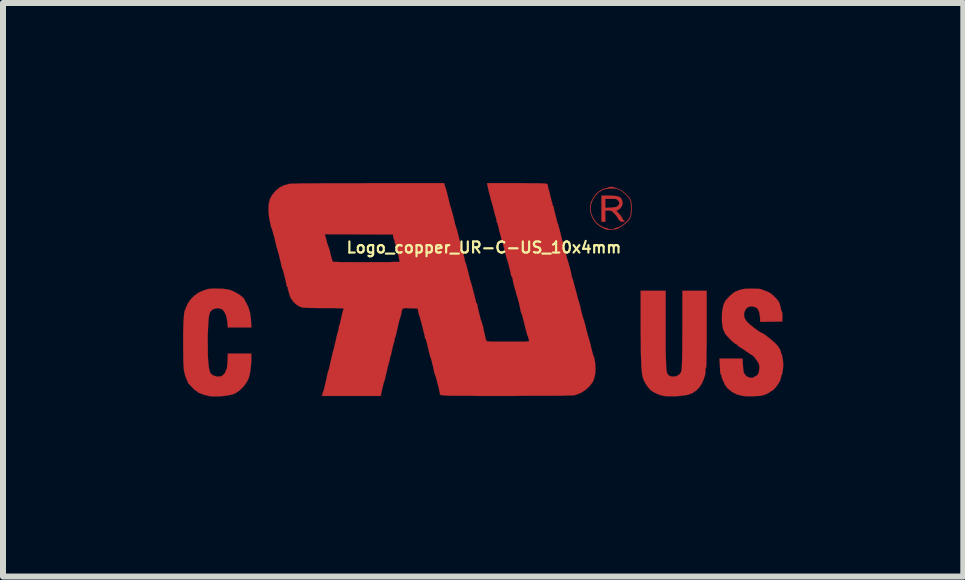
<source format=kicad_pcb>
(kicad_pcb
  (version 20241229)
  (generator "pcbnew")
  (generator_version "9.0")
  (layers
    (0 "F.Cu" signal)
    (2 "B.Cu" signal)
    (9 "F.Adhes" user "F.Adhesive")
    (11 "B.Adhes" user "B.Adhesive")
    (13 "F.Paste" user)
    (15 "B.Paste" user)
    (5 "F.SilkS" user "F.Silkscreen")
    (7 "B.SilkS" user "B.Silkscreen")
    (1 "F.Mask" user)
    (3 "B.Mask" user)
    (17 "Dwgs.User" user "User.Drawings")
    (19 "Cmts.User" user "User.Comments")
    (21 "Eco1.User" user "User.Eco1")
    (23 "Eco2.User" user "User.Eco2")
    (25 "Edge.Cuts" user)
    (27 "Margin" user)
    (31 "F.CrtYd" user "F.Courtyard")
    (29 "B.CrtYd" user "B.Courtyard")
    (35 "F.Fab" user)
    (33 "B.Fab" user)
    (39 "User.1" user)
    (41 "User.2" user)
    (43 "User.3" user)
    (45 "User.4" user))
  (footprint "Logo_copper_UR-C-US_10x4mm"
    (layer "F.Cu")
    (at 5.013 1.774)
    (property "Reference" "Logo_copper_UR-C-US_10x4mm" (at 0 -0.7 0) (layer "F.SilkS") (effects (font (size 0.185 0.185) (thickness 0.036))))
    (attr through_hole)
    (fp_poly (pts (xy 2.342 -1.138) (xy 2.334 -1.13) (xy 2.314 -1.13) (xy 2.289 -1.133) (xy 2.268 -1.143) (xy 2.261 -1.148) (xy 2.243 -1.171) (xy 2.228 -1.196) (xy 2.212 -1.222) (xy 2.187 -1.252) (xy 2.169 -1.27) (xy 2.144 -1.295) (xy 2.123 -1.311) (xy 2.101 -1.316) (xy 2.075 -1.316) (xy 2.022 -1.316) (xy 2.022 -1.222) (xy 2.022 -1.128) (xy 1.989 -1.128) (xy 1.958 -1.128) (xy 1.958 -1.346) (xy 1.958 -1.565) (xy 2.083 -1.565) (xy 2.154 -1.562) (xy 2.205 -1.557) (xy 2.243 -1.549) (xy 2.271 -1.534) (xy 2.289 -1.514) (xy 2.294 -1.504) (xy 2.311 -1.455) (xy 2.306 -1.407) (xy 2.281 -1.364) (xy 2.258 -1.341) (xy 2.258 -1.433) (xy 2.25 -1.463) (xy 2.233 -1.486) (xy 2.22 -1.499) (xy 2.205 -1.506) (xy 2.184 -1.511) (xy 2.154 -1.511) (xy 2.116 -1.511) (xy 2.022 -1.511) (xy 2.022 -1.438) (xy 2.022 -1.361) (xy 2.103 -1.364) (xy 2.146 -1.367) (xy 2.182 -1.372) (xy 2.207 -1.377) (xy 2.21 -1.379) (xy 2.243 -1.405) (xy 2.258 -1.433) (xy 2.258 -1.341) (xy 2.256 -1.341) (xy 2.23 -1.323) (xy 2.225 -1.321) (xy 2.212 -1.318) (xy 2.21 -1.311) (xy 2.217 -1.298) (xy 2.238 -1.275) (xy 2.243 -1.273) (xy 2.271 -1.24) (xy 2.294 -1.206) (xy 2.304 -1.189) (xy 2.316 -1.163) (xy 2.329 -1.151) (xy 2.332 -1.151) (xy 2.342 -1.14) (xy 2.342 -1.138)) (stroke (width 0.003) (type solid)) (fill yes) (layer "F.Cu"))
    (fp_poly (pts (xy 3.711 0.658) (xy 3.711 0.805) (xy 3.711 0.932) (xy 3.708 1.039) (xy 3.708 1.128) (xy 3.706 1.196) (xy 3.706 1.247) (xy 3.703 1.283) (xy 3.701 1.298) (xy 3.701 1.3) (xy 3.693 1.313) (xy 3.691 1.341) (xy 3.691 1.351) (xy 3.691 1.382) (xy 3.688 1.405) (xy 3.688 1.41) (xy 3.683 1.427) (xy 3.673 1.458) (xy 3.663 1.491) (xy 3.632 1.565) (xy 3.586 1.633) (xy 3.546 1.674) (xy 3.526 1.692) (xy 3.51 1.699) (xy 3.498 1.707) (xy 3.49 1.714) (xy 3.475 1.725) (xy 3.444 1.737) (xy 3.406 1.75) (xy 3.399 1.753) (xy 3.348 1.763) (xy 3.279 1.77) (xy 3.205 1.778) (xy 3.129 1.778) (xy 3.058 1.778) (xy 2.997 1.773) (xy 2.99 1.77) (xy 2.934 1.758) (xy 2.873 1.732) (xy 2.814 1.702) (xy 2.774 1.671) (xy 2.733 1.626) (xy 2.695 1.57) (xy 2.664 1.511) (xy 2.647 1.463) (xy 2.639 1.43) (xy 2.634 1.394) (xy 2.629 1.351) (xy 2.624 1.298) (xy 2.621 1.237) (xy 2.619 1.166) (xy 2.616 1.079) (xy 2.614 0.98) (xy 2.614 0.864) (xy 2.611 0.729) (xy 2.611 0.597) (xy 2.611 0.02) (xy 2.819 0.02) (xy 3.028 0.02) (xy 3.028 0.627) (xy 3.028 0.775) (xy 3.028 0.902) (xy 3.028 1.011) (xy 3.03 1.102) (xy 3.033 1.181) (xy 3.035 1.245) (xy 3.038 1.295) (xy 3.04 1.336) (xy 3.045 1.367) (xy 3.051 1.389) (xy 3.056 1.402) (xy 3.058 1.407) (xy 3.086 1.435) (xy 3.127 1.45) (xy 3.172 1.45) (xy 3.216 1.44) (xy 3.254 1.415) (xy 3.256 1.412) (xy 3.274 1.392) (xy 3.287 1.367) (xy 3.294 1.331) (xy 3.297 1.311) (xy 3.297 1.285) (xy 3.299 1.245) (xy 3.302 1.186) (xy 3.302 1.113) (xy 3.305 1.026) (xy 3.305 0.932) (xy 3.305 0.828) (xy 3.307 0.719) (xy 3.307 0.627) (xy 3.307 0.02) (xy 3.508 0.02) (xy 3.711 0.02) (xy 3.711 0.658)) (stroke (width 0.003) (type solid)) (fill yes) (layer "F.Cu"))
    (fp_poly (pts (xy 2.461 -1.356) (xy 2.459 -1.285) (xy 2.451 -1.229) (xy 2.451 -1.344) (xy 2.451 -1.351) (xy 2.449 -1.402) (xy 2.449 -1.44) (xy 2.443 -1.466) (xy 2.436 -1.486) (xy 2.426 -1.509) (xy 2.423 -1.514) (xy 2.393 -1.554) (xy 2.349 -1.595) (xy 2.301 -1.636) (xy 2.256 -1.664) (xy 2.248 -1.666) (xy 2.207 -1.679) (xy 2.154 -1.684) (xy 2.093 -1.684) (xy 2.035 -1.676) (xy 1.986 -1.664) (xy 1.974 -1.659) (xy 1.908 -1.618) (xy 1.854 -1.562) (xy 1.811 -1.491) (xy 1.783 -1.412) (xy 1.775 -1.341) (xy 1.788 -1.267) (xy 1.819 -1.196) (xy 1.862 -1.128) (xy 1.88 -1.11) (xy 1.913 -1.082) (xy 1.953 -1.057) (xy 1.994 -1.036) (xy 2.027 -1.026) (xy 2.035 -1.026) (xy 2.057 -1.021) (xy 2.068 -1.013) (xy 2.08 -1.008) (xy 2.108 -1.006) (xy 2.118 -1.003) (xy 2.149 -1.006) (xy 2.167 -1.011) (xy 2.172 -1.013) (xy 2.184 -1.024) (xy 2.2 -1.026) (xy 2.235 -1.034) (xy 2.276 -1.054) (xy 2.322 -1.085) (xy 2.365 -1.123) (xy 2.403 -1.161) (xy 2.423 -1.191) (xy 2.436 -1.214) (xy 2.443 -1.234) (xy 2.446 -1.26) (xy 2.449 -1.295) (xy 2.451 -1.344) (xy 2.451 -1.229) (xy 2.433 -1.184) (xy 2.405 -1.146) (xy 2.365 -1.105) (xy 2.309 -1.064) (xy 2.294 -1.054) (xy 2.256 -1.029) (xy 2.228 -1.013) (xy 2.2 -1.006) (xy 2.167 -1.001) (xy 2.144 -1.001) (xy 2.103 -0.998) (xy 2.068 -0.998) (xy 2.042 -1.001) (xy 2.007 -1.013) (xy 1.961 -1.036) (xy 1.915 -1.067) (xy 1.877 -1.097) (xy 1.862 -1.113) (xy 1.824 -1.163) (xy 1.793 -1.227) (xy 1.773 -1.293) (xy 1.768 -1.318) (xy 1.768 -1.384) (xy 1.783 -1.453) (xy 1.816 -1.521) (xy 1.859 -1.585) (xy 1.877 -1.603) (xy 1.918 -1.636) (xy 1.961 -1.664) (xy 2.004 -1.681) (xy 2.04 -1.689) (xy 2.06 -1.694) (xy 2.068 -1.699) (xy 2.083 -1.707) (xy 2.108 -1.709) (xy 2.139 -1.709) (xy 2.167 -1.704) (xy 2.174 -1.699) (xy 2.195 -1.692) (xy 2.225 -1.681) (xy 2.233 -1.679) (xy 2.268 -1.664) (xy 2.309 -1.638) (xy 2.352 -1.603) (xy 2.393 -1.565) (xy 2.426 -1.529) (xy 2.438 -1.509) (xy 2.449 -1.486) (xy 2.454 -1.46) (xy 2.459 -1.425) (xy 2.461 -1.379) (xy 2.461 -1.356)) (stroke (width 0.003) (type solid)) (fill yes) (layer "F.Cu"))
    (fp_poly (pts (xy -3.873 0.632) (xy -4.072 0.632) (xy -4.267 0.632) (xy -4.275 0.544) (xy -4.285 0.472) (xy -4.305 0.411) (xy -4.331 0.363) (xy -4.361 0.33) (xy -4.379 0.323) (xy -4.432 0.31) (xy -4.483 0.318) (xy -4.526 0.335) (xy -4.557 0.371) (xy -4.567 0.386) (xy -4.577 0.424) (xy -4.587 0.483) (xy -4.592 0.559) (xy -4.597 0.65) (xy -4.602 0.759) (xy -4.602 0.869) (xy -4.6 0.993) (xy -4.6 1.1) (xy -4.595 1.189) (xy -4.587 1.26) (xy -4.58 1.318) (xy -4.569 1.359) (xy -4.557 1.389) (xy -4.547 1.405) (xy -4.506 1.433) (xy -4.455 1.45) (xy -4.404 1.45) (xy -4.374 1.443) (xy -4.346 1.425) (xy -4.321 1.397) (xy -4.305 1.372) (xy -4.303 1.356) (xy -4.295 1.339) (xy -4.29 1.333) (xy -4.285 1.323) (xy -4.28 1.293) (xy -4.275 1.245) (xy -4.272 1.199) (xy -4.267 1.067) (xy -4.072 1.067) (xy -3.876 1.067) (xy -3.876 1.163) (xy -3.879 1.234) (xy -3.886 1.308) (xy -3.896 1.379) (xy -3.909 1.443) (xy -3.919 1.476) (xy -3.955 1.547) (xy -4.003 1.613) (xy -4.064 1.674) (xy -4.13 1.722) (xy -4.145 1.73) (xy -4.186 1.745) (xy -4.244 1.76) (xy -4.31 1.77) (xy -4.381 1.778) (xy -4.455 1.781) (xy -4.521 1.781) (xy -4.577 1.775) (xy -4.592 1.77) (xy -4.641 1.76) (xy -4.686 1.745) (xy -4.727 1.73) (xy -4.757 1.717) (xy -4.773 1.704) (xy -4.785 1.692) (xy -4.793 1.689) (xy -4.806 1.681) (xy -4.829 1.664) (xy -4.854 1.638) (xy -4.882 1.608) (xy -4.907 1.58) (xy -4.928 1.557) (xy -4.935 1.544) (xy -4.938 1.532) (xy -4.948 1.506) (xy -4.953 1.496) (xy -4.963 1.471) (xy -4.971 1.453) (xy -4.971 1.45) (xy -4.976 1.438) (xy -4.978 1.43) (xy -4.986 1.402) (xy -4.994 1.367) (xy -5.001 1.321) (xy -5.004 1.262) (xy -5.009 1.189) (xy -5.009 1.102) (xy -5.011 0.996) (xy -5.011 0.886) (xy -5.011 0.754) (xy -5.009 0.643) (xy -5.006 0.549) (xy -5.001 0.472) (xy -4.996 0.414) (xy -4.991 0.371) (xy -4.981 0.343) (xy -4.978 0.338) (xy -4.971 0.323) (xy -4.971 0.32) (xy -4.95 0.267) (xy -4.917 0.208) (xy -4.874 0.15) (xy -4.823 0.102) (xy -4.773 0.064) (xy -4.755 0.053) (xy -4.704 0.03) (xy -4.666 0.013) (xy -4.641 0.005) (xy -4.638 0.003) (xy -4.62 0) (xy -4.608 -0.005) (xy -4.587 -0.01) (xy -4.552 -0.013) (xy -4.506 -0.015) (xy -4.455 -0.015) (xy -4.402 -0.013) (xy -4.356 -0.013) (xy -4.315 -0.008) (xy -4.288 -0.005) (xy -4.28 0) (xy -4.262 0.003) (xy -4.257 0.003) (xy -4.244 0) (xy -4.227 0.008) (xy -4.204 0.018) (xy -4.171 0.033) (xy -4.143 0.046) (xy -4.11 0.064) (xy -4.074 0.086) (xy -4.039 0.112) (xy -4.011 0.137) (xy -3.993 0.157) (xy -3.99 0.165) (xy -3.985 0.178) (xy -3.973 0.203) (xy -3.957 0.229) (xy -3.922 0.302) (xy -3.896 0.394) (xy -3.881 0.5) (xy -3.881 0.526) (xy -3.873 0.632)) (stroke (width 0.003) (type solid)) (fill yes) (layer "F.Cu"))
    (fp_poly (pts (xy 4.986 1.273) (xy 4.983 1.308) (xy 4.981 1.336) (xy 4.978 1.351) (xy 4.971 1.364) (xy 4.973 1.382) (xy 4.973 1.402) (xy 4.966 1.412) (xy 4.956 1.427) (xy 4.956 1.44) (xy 4.95 1.46) (xy 4.943 1.491) (xy 4.933 1.519) (xy 4.915 1.552) (xy 4.892 1.587) (xy 4.864 1.626) (xy 4.836 1.656) (xy 4.813 1.679) (xy 4.796 1.689) (xy 4.793 1.689) (xy 4.778 1.697) (xy 4.77 1.704) (xy 4.757 1.714) (xy 4.729 1.73) (xy 4.694 1.745) (xy 4.691 1.748) (xy 4.656 1.76) (xy 4.62 1.768) (xy 4.585 1.773) (xy 4.536 1.775) (xy 4.488 1.778) (xy 4.432 1.778) (xy 4.381 1.778) (xy 4.338 1.775) (xy 4.313 1.773) (xy 4.216 1.748) (xy 4.135 1.707) (xy 4.069 1.654) (xy 4.039 1.621) (xy 4.018 1.59) (xy 3.998 1.549) (xy 3.98 1.509) (xy 3.965 1.471) (xy 3.96 1.443) (xy 3.96 1.44) (xy 3.955 1.422) (xy 3.947 1.417) (xy 3.942 1.405) (xy 3.937 1.374) (xy 3.934 1.328) (xy 3.932 1.283) (xy 3.924 1.151) (xy 4.117 1.151) (xy 4.308 1.151) (xy 4.315 1.257) (xy 4.318 1.306) (xy 4.323 1.346) (xy 4.328 1.379) (xy 4.333 1.389) (xy 4.351 1.417) (xy 4.369 1.44) (xy 4.387 1.453) (xy 4.397 1.455) (xy 4.407 1.458) (xy 4.409 1.46) (xy 4.425 1.468) (xy 4.448 1.471) (xy 4.473 1.471) (xy 4.493 1.466) (xy 4.498 1.46) (xy 4.508 1.45) (xy 4.524 1.445) (xy 4.549 1.43) (xy 4.567 1.412) (xy 4.58 1.379) (xy 4.587 1.336) (xy 4.59 1.288) (xy 4.585 1.25) (xy 4.582 1.242) (xy 4.572 1.222) (xy 4.554 1.191) (xy 4.531 1.161) (xy 4.508 1.13) (xy 4.488 1.107) (xy 4.475 1.097) (xy 4.465 1.092) (xy 4.44 1.077) (xy 4.407 1.054) (xy 4.387 1.041) (xy 4.348 1.013) (xy 4.31 0.988) (xy 4.282 0.97) (xy 4.272 0.965) (xy 4.247 0.95) (xy 4.229 0.932) (xy 4.229 0.93) (xy 4.214 0.914) (xy 4.201 0.912) (xy 4.188 0.904) (xy 4.166 0.886) (xy 4.133 0.859) (xy 4.1 0.826) (xy 4.061 0.785) (xy 4.034 0.754) (xy 4.016 0.729) (xy 4.003 0.699) (xy 3.99 0.668) (xy 3.978 0.63) (xy 3.973 0.594) (xy 3.967 0.554) (xy 3.965 0.5) (xy 3.965 0.47) (xy 3.967 0.389) (xy 3.975 0.325) (xy 3.988 0.269) (xy 4.008 0.216) (xy 4.013 0.206) (xy 4.031 0.178) (xy 4.061 0.145) (xy 4.097 0.107) (xy 4.135 0.074) (xy 4.168 0.048) (xy 4.194 0.033) (xy 4.224 0.023) (xy 4.244 0.013) (xy 4.267 0.005) (xy 4.275 0.003) (xy 4.293 0) (xy 4.308 -0.005) (xy 4.326 -0.008) (xy 4.361 -0.013) (xy 4.407 -0.013) (xy 4.458 -0.015) (xy 4.508 -0.013) (xy 4.557 -0.013) (xy 4.595 -0.01) (xy 4.615 -0.005) (xy 4.618 -0.005) (xy 4.638 0) (xy 4.643 0.005) (xy 4.663 0.013) (xy 4.696 0.025) (xy 4.729 0.038) (xy 4.75 0.048) (xy 4.78 0.066) (xy 4.816 0.097) (xy 4.854 0.132) (xy 4.887 0.17) (xy 4.912 0.203) (xy 4.917 0.213) (xy 4.928 0.239) (xy 4.938 0.277) (xy 4.945 0.31) (xy 4.953 0.345) (xy 4.963 0.371) (xy 4.968 0.384) (xy 4.971 0.396) (xy 4.973 0.424) (xy 4.973 0.46) (xy 4.971 0.533) (xy 4.785 0.536) (xy 4.602 0.538) (xy 4.602 0.483) (xy 4.597 0.439) (xy 4.59 0.394) (xy 4.585 0.373) (xy 4.569 0.338) (xy 4.554 0.315) (xy 4.529 0.297) (xy 4.481 0.282) (xy 4.432 0.282) (xy 4.389 0.3) (xy 4.359 0.333) (xy 4.338 0.378) (xy 4.333 0.422) (xy 4.338 0.457) (xy 4.354 0.495) (xy 4.381 0.536) (xy 4.425 0.577) (xy 4.483 0.625) (xy 4.552 0.676) (xy 4.585 0.699) (xy 4.613 0.716) (xy 4.63 0.724) (xy 4.646 0.732) (xy 4.671 0.747) (xy 4.707 0.772) (xy 4.745 0.803) (xy 4.783 0.833) (xy 4.818 0.864) (xy 4.849 0.889) (xy 4.854 0.897) (xy 4.889 0.932) (xy 4.917 0.973) (xy 4.938 1.008) (xy 4.945 1.036) (xy 4.945 1.039) (xy 4.95 1.057) (xy 4.961 1.082) (xy 4.971 1.11) (xy 4.973 1.13) (xy 4.973 1.151) (xy 4.976 1.156) (xy 4.981 1.168) (xy 4.983 1.196) (xy 4.986 1.232) (xy 4.986 1.273)) (stroke (width 0.003) (type solid)) (fill yes) (layer "F.Cu"))
    (fp_poly (pts (xy 1.859 1.313) (xy 1.854 1.407) (xy 1.834 1.488) (xy 1.814 1.539) (xy 1.76 1.61) (xy 1.694 1.671) (xy 1.618 1.72) (xy 1.537 1.753) (xy 1.496 1.763) (xy 1.476 1.763) (xy 1.435 1.765) (xy 1.377 1.765) (xy 1.3 1.768) (xy 1.206 1.768) (xy 1.097 1.77) (xy 0.973 1.77) (xy 0.836 1.77) (xy 0.686 1.77) (xy 0.523 1.773) (xy 0.363 1.773) (xy 0.188 1.773) (xy 0.033 1.773) (xy -0.102 1.773) (xy -0.221 1.77) (xy -0.325 1.77) (xy -0.414 1.77) (xy -0.488 1.77) (xy -0.551 1.768) (xy -0.602 1.768) (xy -0.643 1.765) (xy -0.673 1.763) (xy -0.696 1.76) (xy -0.714 1.758) (xy -0.724 1.753) (xy -0.732 1.75) (xy -0.734 1.745) (xy -0.734 1.737) (xy -0.734 1.732) (xy -0.737 1.712) (xy -0.744 1.679) (xy -0.754 1.636) (xy -0.767 1.585) (xy -0.78 1.534) (xy -0.792 1.488) (xy -0.803 1.45) (xy -0.813 1.427) (xy -0.813 1.422) (xy -0.823 1.397) (xy -0.828 1.379) (xy -0.831 1.361) (xy -0.838 1.328) (xy -0.846 1.288) (xy -0.859 1.242) (xy -0.869 1.196) (xy -0.879 1.158) (xy -0.889 1.133) (xy -0.892 1.123) (xy -0.899 1.102) (xy -0.909 1.064) (xy -0.922 1.011) (xy -0.937 0.947) (xy -0.953 0.879) (xy -0.953 0.876) (xy -0.963 0.846) (xy -0.97 0.823) (xy -0.975 0.818) (xy -0.983 0.81) (xy -0.983 0.8) (xy -0.986 0.775) (xy -0.988 0.767) (xy -0.991 0.749) (xy -1.001 0.719) (xy -1.011 0.676) (xy -1.021 0.632) (xy -1.034 0.584) (xy -1.044 0.541) (xy -1.054 0.513) (xy -1.059 0.5) (xy -1.064 0.483) (xy -1.062 0.478) (xy -1.062 0.465) (xy -1.064 0.465) (xy -1.072 0.452) (xy -1.079 0.427) (xy -1.087 0.391) (xy -1.09 0.389) (xy -1.105 0.315) (xy -1.229 0.312) (xy -1.283 0.31) (xy -1.318 0.31) (xy -1.344 0.315) (xy -1.356 0.325) (xy -1.367 0.345) (xy -1.372 0.376) (xy -1.379 0.409) (xy -1.387 0.442) (xy -1.394 0.467) (xy -1.394 0.47) (xy -1.394 -0.462) (xy -1.407 -0.475) (xy -1.41 -0.483) (xy -1.412 -0.5) (xy -1.417 -0.533) (xy -1.427 -0.577) (xy -1.44 -0.625) (xy -1.453 -0.673) (xy -1.463 -0.716) (xy -1.473 -0.749) (xy -1.481 -0.77) (xy -1.483 -0.772) (xy -1.488 -0.792) (xy -1.488 -0.803) (xy -1.486 -0.815) (xy -1.491 -0.818) (xy -1.496 -0.828) (xy -1.504 -0.851) (xy -1.509 -0.866) (xy -1.516 -0.917) (xy -2.085 -0.919) (xy -2.652 -0.922) (xy -2.624 -0.82) (xy -2.614 -0.777) (xy -2.601 -0.742) (xy -2.593 -0.719) (xy -2.591 -0.714) (xy -2.586 -0.701) (xy -2.578 -0.676) (xy -2.57 -0.653) (xy -2.56 -0.607) (xy -2.548 -0.556) (xy -2.543 -0.538) (xy -2.532 -0.505) (xy -2.525 -0.478) (xy -2.522 -0.467) (xy -2.517 -0.465) (xy -2.504 -0.462) (xy -2.479 -0.46) (xy -2.443 -0.46) (xy -2.393 -0.457) (xy -2.329 -0.457) (xy -2.25 -0.457) (xy -2.154 -0.455) (xy -2.04 -0.455) (xy -1.951 -0.455) (xy -1.844 -0.457) (xy -1.745 -0.457) (xy -1.656 -0.457) (xy -1.575 -0.457) (xy -1.509 -0.46) (xy -1.455 -0.46) (xy -1.417 -0.46) (xy -1.397 -0.462) (xy -1.394 -0.462) (xy -1.394 0.47) (xy -1.4 0.475) (xy -1.402 0.488) (xy -1.41 0.516) (xy -1.42 0.556) (xy -1.433 0.607) (xy -1.44 0.643) (xy -1.453 0.696) (xy -1.463 0.744) (xy -1.473 0.782) (xy -1.481 0.805) (xy -1.486 0.81) (xy -1.491 0.823) (xy -1.488 0.831) (xy -1.488 0.851) (xy -1.491 0.856) (xy -1.496 0.869) (xy -1.504 0.897) (xy -1.516 0.94) (xy -1.527 0.988) (xy -1.529 0.993) (xy -1.539 1.044) (xy -1.549 1.087) (xy -1.56 1.118) (xy -1.565 1.133) (xy -1.57 1.148) (xy -1.567 1.156) (xy -1.567 1.176) (xy -1.572 1.184) (xy -1.577 1.199) (xy -1.587 1.229) (xy -1.598 1.273) (xy -1.61 1.323) (xy -1.615 1.346) (xy -1.628 1.402) (xy -1.641 1.45) (xy -1.648 1.488) (xy -1.656 1.514) (xy -1.659 1.519) (xy -1.664 1.537) (xy -1.674 1.57) (xy -1.684 1.613) (xy -1.689 1.631) (xy -1.699 1.676) (xy -1.707 1.714) (xy -1.714 1.742) (xy -1.714 1.748) (xy -1.72 1.773) (xy -2.207 1.773) (xy -2.697 1.773) (xy -2.69 1.737) (xy -2.682 1.712) (xy -2.675 1.694) (xy -2.67 1.681) (xy -2.662 1.651) (xy -2.652 1.608) (xy -2.639 1.554) (xy -2.626 1.499) (xy -2.614 1.44) (xy -2.606 1.4) (xy -2.598 1.372) (xy -2.591 1.354) (xy -2.591 1.351) (xy -2.586 1.339) (xy -2.578 1.308) (xy -2.568 1.267) (xy -2.558 1.214) (xy -2.55 1.186) (xy -2.537 1.13) (xy -2.527 1.079) (xy -2.517 1.041) (xy -2.51 1.016) (xy -2.507 1.011) (xy -2.502 0.993) (xy -2.494 0.96) (xy -2.484 0.914) (xy -2.471 0.861) (xy -2.466 0.838) (xy -2.454 0.782) (xy -2.441 0.734) (xy -2.431 0.696) (xy -2.423 0.671) (xy -2.423 0.665) (xy -2.416 0.645) (xy -2.418 0.635) (xy -2.418 0.622) (xy -2.416 0.617) (xy -2.41 0.602) (xy -2.4 0.572) (xy -2.39 0.531) (xy -2.38 0.483) (xy -2.377 0.475) (xy -2.367 0.427) (xy -2.357 0.384) (xy -2.347 0.351) (xy -2.342 0.335) (xy -2.337 0.32) (xy -2.339 0.318) (xy -2.349 0.315) (xy -2.38 0.312) (xy -2.426 0.312) (xy -2.484 0.31) (xy -2.553 0.31) (xy -2.629 0.31) (xy -2.659 0.31) (xy -2.741 0.31) (xy -2.817 0.307) (xy -2.888 0.307) (xy -2.946 0.305) (xy -2.992 0.302) (xy -3.023 0.3) (xy -3.025 0.3) (xy -3.081 0.279) (xy -3.134 0.244) (xy -3.183 0.193) (xy -3.221 0.137) (xy -3.244 0.076) (xy -3.249 0.053) (xy -3.256 0.025) (xy -3.261 0.008) (xy -3.264 0.005) (xy -3.269 -0.008) (xy -3.266 -0.02) (xy -3.266 -0.036) (xy -3.272 -0.041) (xy -3.282 -0.048) (xy -3.289 -0.071) (xy -3.289 -0.074) (xy -3.297 -0.114) (xy -3.307 -0.163) (xy -3.32 -0.213) (xy -3.332 -0.262) (xy -3.343 -0.302) (xy -3.35 -0.33) (xy -3.358 -0.345) (xy -3.365 -0.363) (xy -3.373 -0.389) (xy -3.373 -0.394) (xy -3.383 -0.442) (xy -3.396 -0.495) (xy -3.409 -0.549) (xy -3.421 -0.597) (xy -3.432 -0.635) (xy -3.439 -0.66) (xy -3.442 -0.668) (xy -3.447 -0.686) (xy -3.457 -0.719) (xy -3.467 -0.762) (xy -3.48 -0.815) (xy -3.482 -0.828) (xy -3.495 -0.881) (xy -3.51 -0.932) (xy -3.52 -0.97) (xy -3.528 -0.996) (xy -3.528 -0.998) (xy -3.546 -1.044) (xy -3.559 -1.105) (xy -3.574 -1.173) (xy -3.584 -1.242) (xy -3.589 -1.308) (xy -3.589 -1.346) (xy -3.584 -1.433) (xy -3.566 -1.504) (xy -3.533 -1.57) (xy -3.482 -1.631) (xy -3.475 -1.641) (xy -3.406 -1.699) (xy -3.33 -1.737) (xy -3.241 -1.76) (xy -3.221 -1.763) (xy -3.18 -1.765) (xy -3.119 -1.765) (xy -3.04 -1.768) (xy -2.944 -1.768) (xy -2.83 -1.768) (xy -2.697 -1.77) (xy -2.55 -1.77) (xy -2.388 -1.77) (xy -2.212 -1.77) (xy -2.019 -1.77) (xy -1.92 -1.773) (xy -0.663 -1.773) (xy -0.655 -1.742) (xy -0.648 -1.72) (xy -0.643 -1.704) (xy -0.638 -1.687) (xy -0.635 -1.684) (xy -0.632 -1.666) (xy -0.627 -1.659) (xy -0.625 -1.641) (xy -0.615 -1.61) (xy -0.605 -1.567) (xy -0.592 -1.516) (xy -0.589 -1.506) (xy -0.577 -1.455) (xy -0.566 -1.41) (xy -0.556 -1.374) (xy -0.549 -1.354) (xy -0.549 -1.351) (xy -0.541 -1.333) (xy -0.533 -1.3) (xy -0.521 -1.257) (xy -0.508 -1.206) (xy -0.505 -1.196) (xy -0.493 -1.146) (xy -0.483 -1.097) (xy -0.472 -1.062) (xy -0.465 -1.041) (xy -0.46 -1.024) (xy -0.45 -0.991) (xy -0.437 -0.945) (xy -0.424 -0.894) (xy -0.424 -0.889) (xy -0.411 -0.841) (xy -0.399 -0.795) (xy -0.389 -0.759) (xy -0.384 -0.742) (xy -0.384 -0.739) (xy -0.376 -0.721) (xy -0.368 -0.688) (xy -0.356 -0.648) (xy -0.345 -0.602) (xy -0.335 -0.559) (xy -0.325 -0.521) (xy -0.32 -0.493) (xy -0.32 -0.485) (xy -0.315 -0.47) (xy -0.305 -0.445) (xy -0.305 -0.442) (xy -0.297 -0.419) (xy -0.287 -0.381) (xy -0.274 -0.333) (xy -0.259 -0.279) (xy -0.259 -0.274) (xy -0.246 -0.221) (xy -0.234 -0.178) (xy -0.226 -0.142) (xy -0.221 -0.124) (xy -0.218 -0.122) (xy -0.213 -0.104) (xy -0.211 -0.097) (xy -0.206 -0.079) (xy -0.203 -0.071) (xy -0.198 -0.056) (xy -0.191 -0.023) (xy -0.18 0.015) (xy -0.17 0.056) (xy -0.157 0.104) (xy -0.147 0.145) (xy -0.14 0.173) (xy -0.137 0.185) (xy -0.132 0.208) (xy -0.132 0.213) (xy -0.127 0.226) (xy -0.124 0.226) (xy -0.114 0.236) (xy -0.112 0.244) (xy -0.109 0.259) (xy -0.104 0.292) (xy -0.094 0.335) (xy -0.084 0.381) (xy -0.071 0.429) (xy -0.061 0.472) (xy -0.051 0.508) (xy -0.043 0.528) (xy -0.041 0.533) (xy -0.036 0.546) (xy -0.028 0.577) (xy -0.015 0.617) (xy -0.005 0.671) (xy 0 0.693) (xy 0.013 0.747) (xy 0.023 0.795) (xy 0.033 0.831) (xy 0.041 0.853) (xy 0.043 0.856) (xy 0.051 0.861) (xy 0.069 0.864) (xy 0.099 0.866) (xy 0.142 0.869) (xy 0.203 0.869) (xy 0.279 0.869) (xy 0.373 0.869) (xy 0.404 0.869) (xy 0.5 0.869) (xy 0.577 0.869) (xy 0.635 0.869) (xy 0.681 0.869) (xy 0.711 0.866) (xy 0.734 0.864) (xy 0.744 0.861) (xy 0.752 0.859) (xy 0.752 0.853) (xy 0.752 0.851) (xy 0.747 0.828) (xy 0.739 0.803) (xy 0.732 0.777) (xy 0.724 0.762) (xy 0.719 0.747) (xy 0.711 0.719) (xy 0.701 0.676) (xy 0.688 0.625) (xy 0.683 0.61) (xy 0.671 0.559) (xy 0.66 0.513) (xy 0.65 0.478) (xy 0.645 0.457) (xy 0.645 0.455) (xy 0.638 0.434) (xy 0.638 0.429) (xy 0.632 0.414) (xy 0.622 0.389) (xy 0.615 0.366) (xy 0.61 0.351) (xy 0.607 0.333) (xy 0.602 0.302) (xy 0.592 0.262) (xy 0.582 0.216) (xy 0.569 0.17) (xy 0.559 0.132) (xy 0.551 0.107) (xy 0.549 0.097) (xy 0.541 0.079) (xy 0.533 0.046) (xy 0.521 0.003) (xy 0.508 -0.043) (xy 0.495 -0.091) (xy 0.485 -0.135) (xy 0.48 -0.17) (xy 0.475 -0.188) (xy 0.475 -0.191) (xy 0.472 -0.203) (xy 0.467 -0.206) (xy 0.462 -0.216) (xy 0.452 -0.239) (xy 0.447 -0.267) (xy 0.427 -0.351) (xy 0.411 -0.419) (xy 0.396 -0.47) (xy 0.386 -0.503) (xy 0.384 -0.513) (xy 0.376 -0.528) (xy 0.368 -0.564) (xy 0.356 -0.607) (xy 0.343 -0.658) (xy 0.34 -0.668) (xy 0.328 -0.719) (xy 0.318 -0.765) (xy 0.307 -0.8) (xy 0.3 -0.82) (xy 0.3 -0.823) (xy 0.292 -0.841) (xy 0.284 -0.874) (xy 0.272 -0.919) (xy 0.259 -0.97) (xy 0.257 -0.978) (xy 0.244 -1.029) (xy 0.234 -1.074) (xy 0.224 -1.107) (xy 0.216 -1.125) (xy 0.213 -1.125) (xy 0.208 -1.146) (xy 0.208 -1.153) (xy 0.211 -1.171) (xy 0.206 -1.176) (xy 0.201 -1.191) (xy 0.193 -1.219) (xy 0.18 -1.26) (xy 0.17 -1.306) (xy 0.157 -1.354) (xy 0.147 -1.394) (xy 0.14 -1.422) (xy 0.135 -1.435) (xy 0.13 -1.453) (xy 0.127 -1.455) (xy 0.124 -1.473) (xy 0.122 -1.481) (xy 0.117 -1.496) (xy 0.109 -1.527) (xy 0.099 -1.57) (xy 0.086 -1.618) (xy 0.074 -1.666) (xy 0.064 -1.714) (xy 0.056 -1.748) (xy 0.051 -1.773) (xy 0.544 -1.773) (xy 0.66 -1.773) (xy 0.757 -1.77) (xy 0.836 -1.77) (xy 0.902 -1.77) (xy 0.95 -1.768) (xy 0.988 -1.768) (xy 1.016 -1.765) (xy 1.034 -1.763) (xy 1.046 -1.76) (xy 1.052 -1.758) (xy 1.064 -1.737) (xy 1.067 -1.727) (xy 1.067 -1.707) (xy 1.069 -1.699) (xy 1.074 -1.684) (xy 1.082 -1.651) (xy 1.095 -1.61) (xy 1.102 -1.57) (xy 1.115 -1.524) (xy 1.125 -1.483) (xy 1.133 -1.455) (xy 1.138 -1.445) (xy 1.14 -1.427) (xy 1.14 -1.417) (xy 1.143 -1.402) (xy 1.148 -1.4) (xy 1.158 -1.389) (xy 1.161 -1.382) (xy 1.163 -1.364) (xy 1.168 -1.333) (xy 1.179 -1.29) (xy 1.191 -1.242) (xy 1.204 -1.194) (xy 1.214 -1.148) (xy 1.224 -1.115) (xy 1.232 -1.095) (xy 1.232 -1.092) (xy 1.24 -1.074) (xy 1.247 -1.041) (xy 1.26 -0.998) (xy 1.273 -0.947) (xy 1.275 -0.937) (xy 1.288 -0.886) (xy 1.298 -0.841) (xy 1.308 -0.808) (xy 1.313 -0.787) (xy 1.316 -0.787) (xy 1.321 -0.77) (xy 1.328 -0.739) (xy 1.341 -0.696) (xy 1.354 -0.645) (xy 1.356 -0.625) (xy 1.369 -0.574) (xy 1.382 -0.528) (xy 1.392 -0.495) (xy 1.397 -0.478) (xy 1.397 -0.475) (xy 1.402 -0.465) (xy 1.41 -0.437) (xy 1.42 -0.401) (xy 1.433 -0.358) (xy 1.443 -0.315) (xy 1.453 -0.274) (xy 1.458 -0.244) (xy 1.46 -0.226) (xy 1.466 -0.208) (xy 1.476 -0.183) (xy 1.483 -0.16) (xy 1.494 -0.122) (xy 1.506 -0.074) (xy 1.521 -0.02) (xy 1.527 0.005) (xy 1.542 0.058) (xy 1.554 0.109) (xy 1.565 0.15) (xy 1.572 0.175) (xy 1.575 0.18) (xy 1.58 0.198) (xy 1.59 0.231) (xy 1.603 0.274) (xy 1.613 0.328) (xy 1.615 0.335) (xy 1.628 0.389) (xy 1.641 0.434) (xy 1.651 0.47) (xy 1.656 0.49) (xy 1.659 0.49) (xy 1.664 0.508) (xy 1.674 0.541) (xy 1.687 0.587) (xy 1.699 0.638) (xy 1.699 0.643) (xy 1.712 0.693) (xy 1.725 0.737) (xy 1.732 0.772) (xy 1.74 0.792) (xy 1.745 0.81) (xy 1.755 0.843) (xy 1.768 0.886) (xy 1.781 0.94) (xy 1.783 0.953) (xy 1.796 1.003) (xy 1.808 1.049) (xy 1.816 1.082) (xy 1.824 1.102) (xy 1.831 1.118) (xy 1.839 1.148) (xy 1.847 1.189) (xy 1.852 1.212) (xy 1.859 1.313)) (stroke (width 0.003) (type solid)) (fill yes) (layer "F.Cu")))
  (gr_rect
    (start -3 -3)
    (end 13 6.556)
    (stroke (width 0.1) (type default))
    (fill no)
    (layer "Edge.Cuts")))
</source>
